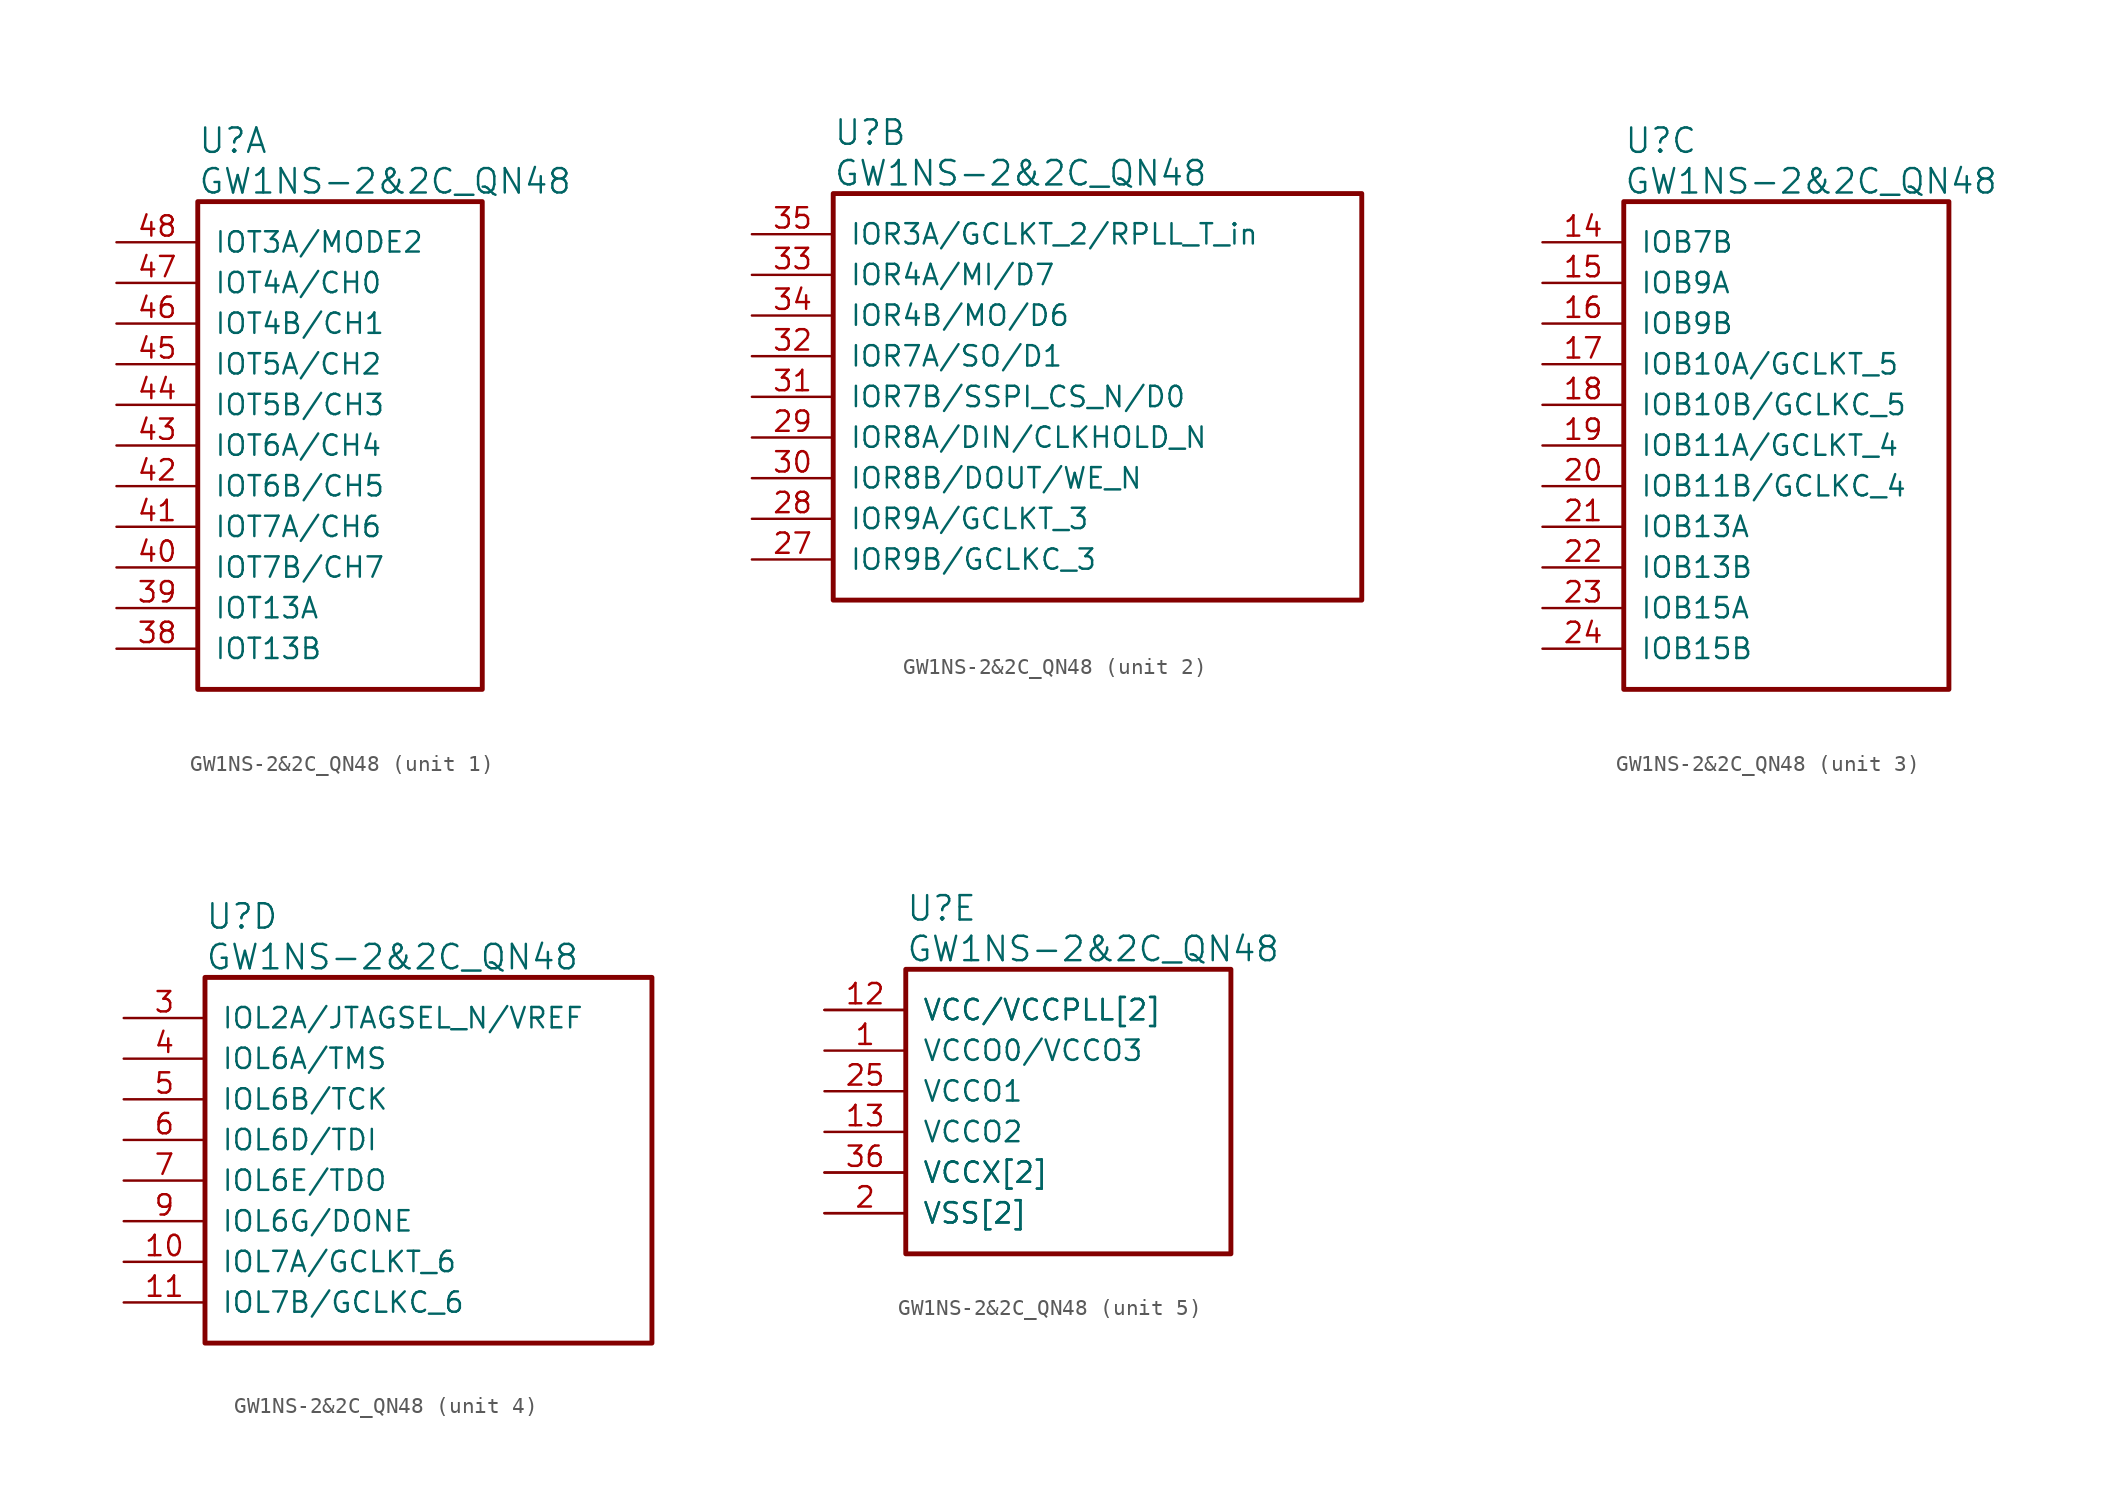
<source format=kicad_sym>
(kicad_symbol_lib
  (version 20211014)
  (generator kicad_symbol_editor)
  (symbol "GW1NS-2&2C_QN48"
    (pin_names
      (offset 1.016))
    (property "Reference" "U"
      (at 5.08 6.35 0)
      (effects (font (size 1.524 1.524)) (justify left)))
    (property "Value" "GW1NS-2&2C_QN48"
      (at 5.08 3.81 0)
      (effects (font (size 1.524 1.524)) (justify left)))
    (property "ki_locked" ""
      (at 0 0 0)
      (effects (font (size 1.27 1.27))))
    (symbol "GW1NS-2&2C_QN48_1_1"
      (rectangle (start 5.08 2.54) (end 22.86 -27.94) (stroke (width 0.305) (type default) (color 0 0 0 0)) (fill (type none)))
      (pin bidirectional line (at 0 -25.4 0) (length 5.08) (name "IOT13B" (effects (font (size 1.27 1.27)))) (number "38" (effects (font (size 1.27 1.27)))))
      (pin bidirectional line (at 0 -22.86 0) (length 5.08) (name "IOT13A" (effects (font (size 1.27 1.27)))) (number "39" (effects (font (size 1.27 1.27)))))
      (pin bidirectional line (at 0 -20.32 0) (length 5.08) (name "IOT7B/CH7" (effects (font (size 1.27 1.27)))) (number "40" (effects (font (size 1.27 1.27)))))
      (pin bidirectional line (at 0 -17.78 0) (length 5.08) (name "IOT7A/CH6" (effects (font (size 1.27 1.27)))) (number "41" (effects (font (size 1.27 1.27)))))
      (pin bidirectional line (at 0 -15.24 0) (length 5.08) (name "IOT6B/CH5" (effects (font (size 1.27 1.27)))) (number "42" (effects (font (size 1.27 1.27)))))
      (pin bidirectional line (at 0 -12.7 0) (length 5.08) (name "IOT6A/CH4" (effects (font (size 1.27 1.27)))) (number "43" (effects (font (size 1.27 1.27)))))
      (pin bidirectional line (at 0 -10.16 0) (length 5.08) (name "IOT5B/CH3" (effects (font (size 1.27 1.27)))) (number "44" (effects (font (size 1.27 1.27)))))
      (pin bidirectional line (at 0 -7.62 0) (length 5.08) (name "IOT5A/CH2" (effects (font (size 1.27 1.27)))) (number "45" (effects (font (size 1.27 1.27)))))
      (pin bidirectional line (at 0 -5.08 0) (length 5.08) (name "IOT4B/CH1" (effects (font (size 1.27 1.27)))) (number "46" (effects (font (size 1.27 1.27)))))
      (pin bidirectional line (at 0 -2.54 0) (length 5.08) (name "IOT4A/CH0" (effects (font (size 1.27 1.27)))) (number "47" (effects (font (size 1.27 1.27)))))
      (pin bidirectional line (at 0 0 0) (length 5.08) (name "IOT3A/MODE2" (effects (font (size 1.27 1.27)))) (number "48" (effects (font (size 1.27 1.27))))))
    (symbol "GW1NS-2&2C_QN48_2_1"
      (rectangle (start 5.08 2.54) (end 38.1 -22.86) (stroke (width 0.305) (type default) (color 0 0 0 0)) (fill (type none)))
      (pin bidirectional line (at 0 -20.32 0) (length 5.08) (name "IOR9B/GCLKC_3" (effects (font (size 1.27 1.27)))) (number "27" (effects (font (size 1.27 1.27)))))
      (pin bidirectional line (at 0 -17.78 0) (length 5.08) (name "IOR9A/GCLKT_3" (effects (font (size 1.27 1.27)))) (number "28" (effects (font (size 1.27 1.27)))))
      (pin bidirectional line (at 0 -12.7 0) (length 5.08) (name "IOR8A/DIN/CLKHOLD_N" (effects (font (size 1.27 1.27)))) (number "29" (effects (font (size 1.27 1.27)))))
      (pin bidirectional line (at 0 -15.24 0) (length 5.08) (name "IOR8B/DOUT/WE_N" (effects (font (size 1.27 1.27)))) (number "30" (effects (font (size 1.27 1.27)))))
      (pin bidirectional line (at 0 -10.16 0) (length 5.08) (name "IOR7B/SSPI_CS_N/D0" (effects (font (size 1.27 1.27)))) (number "31" (effects (font (size 1.27 1.27)))))
      (pin bidirectional line (at 0 -7.62 0) (length 5.08) (name "IOR7A/SO/D1" (effects (font (size 1.27 1.27)))) (number "32" (effects (font (size 1.27 1.27)))))
      (pin bidirectional line (at 0 -2.54 0) (length 5.08) (name "IOR4A/MI/D7" (effects (font (size 1.27 1.27)))) (number "33" (effects (font (size 1.27 1.27)))))
      (pin bidirectional line (at 0 -5.08 0) (length 5.08) (name "IOR4B/MO/D6" (effects (font (size 1.27 1.27)))) (number "34" (effects (font (size 1.27 1.27)))))
      (pin bidirectional line (at 0 0 0) (length 5.08) (name "IOR3A/GCLKT_2/RPLL_T_in" (effects (font (size 1.27 1.27)))) (number "35" (effects (font (size 1.27 1.27))))))
    (symbol "GW1NS-2&2C_QN48_3_1"
      (rectangle (start 5.08 2.54) (end 25.4 -27.94) (stroke (width 0.305) (type default) (color 0 0 0 0)) (fill (type none)))
      (pin bidirectional line (at 0 0 0) (length 5.08) (name "IOB7B" (effects (font (size 1.27 1.27)))) (number "14" (effects (font (size 1.27 1.27)))))
      (pin bidirectional line (at 0 -2.54 0) (length 5.08) (name "IOB9A" (effects (font (size 1.27 1.27)))) (number "15" (effects (font (size 1.27 1.27)))))
      (pin bidirectional line (at 0 -5.08 0) (length 5.08) (name "IOB9B" (effects (font (size 1.27 1.27)))) (number "16" (effects (font (size 1.27 1.27)))))
      (pin bidirectional line (at 0 -7.62 0) (length 5.08) (name "IOB10A/GCLKT_5" (effects (font (size 1.27 1.27)))) (number "17" (effects (font (size 1.27 1.27)))))
      (pin bidirectional line (at 0 -10.16 0) (length 5.08) (name "IOB10B/GCLKC_5" (effects (font (size 1.27 1.27)))) (number "18" (effects (font (size 1.27 1.27)))))
      (pin bidirectional line (at 0 -12.7 0) (length 5.08) (name "IOB11A/GCLKT_4" (effects (font (size 1.27 1.27)))) (number "19" (effects (font (size 1.27 1.27)))))
      (pin bidirectional line (at 0 -15.24 0) (length 5.08) (name "IOB11B/GCLKC_4" (effects (font (size 1.27 1.27)))) (number "20" (effects (font (size 1.27 1.27)))))
      (pin bidirectional line (at 0 -17.78 0) (length 5.08) (name "IOB13A" (effects (font (size 1.27 1.27)))) (number "21" (effects (font (size 1.27 1.27)))))
      (pin bidirectional line (at 0 -20.32 0) (length 5.08) (name "IOB13B" (effects (font (size 1.27 1.27)))) (number "22" (effects (font (size 1.27 1.27)))))
      (pin bidirectional line (at 0 -22.86 0) (length 5.08) (name "IOB15A" (effects (font (size 1.27 1.27)))) (number "23" (effects (font (size 1.27 1.27)))))
      (pin bidirectional line (at 0 -25.4 0) (length 5.08) (name "IOB15B" (effects (font (size 1.27 1.27)))) (number "24" (effects (font (size 1.27 1.27))))))
    (symbol "GW1NS-2&2C_QN48_4_1"
      (rectangle (start 5.08 2.54) (end 33.02 -20.32) (stroke (width 0.305) (type default) (color 0 0 0 0)) (fill (type none)))
      (pin bidirectional line (at 0 -15.24 0) (length 5.08) (name "IOL7A/GCLKT_6" (effects (font (size 1.27 1.27)))) (number "10" (effects (font (size 1.27 1.27)))))
      (pin bidirectional line (at 0 -17.78 0) (length 5.08) (name "IOL7B/GCLKC_6" (effects (font (size 1.27 1.27)))) (number "11" (effects (font (size 1.27 1.27)))))
      (pin bidirectional line (at 0 0 0) (length 5.08) (name "IOL2A/JTAGSEL_N/VREF" (effects (font (size 1.27 1.27)))) (number "3" (effects (font (size 1.27 1.27)))))
      (pin bidirectional line (at 0 -2.54 0) (length 5.08) (name "IOL6A/TMS" (effects (font (size 1.27 1.27)))) (number "4" (effects (font (size 1.27 1.27)))))
      (pin bidirectional line (at 0 -5.08 0) (length 5.08) (name "IOL6B/TCK" (effects (font (size 1.27 1.27)))) (number "5" (effects (font (size 1.27 1.27)))))
      (pin bidirectional line (at 0 -7.62 0) (length 5.08) (name "IOL6D/TDI" (effects (font (size 1.27 1.27)))) (number "6" (effects (font (size 1.27 1.27)))))
      (pin bidirectional line (at 0 -10.16 0) (length 5.08) (name "IOL6E/TDO" (effects (font (size 1.27 1.27)))) (number "7" (effects (font (size 1.27 1.27)))))
      (pin bidirectional line (at 0 -12.7 0) (length 5.08) (name "IOL6G/DONE" (effects (font (size 1.27 1.27)))) (number "9" (effects (font (size 1.27 1.27))))))
    (symbol "GW1NS-2&2C_QN48_5_1"
      (rectangle (start 5.08 2.54) (end 25.4 -15.24) (stroke (width 0.305) (type default) (color 0 0 0 0)) (fill (type none)))
      (pin power_in line (at 0 -2.54 0) (length 5.08) (name "VCCO0/VCCO3" (effects (font (size 1.27 1.27)))) (number "1" (effects (font (size 1.27 1.27)))))
      (pin power_in line (at 0 0 0) (length 5.08) (name "VCC/VCCPLL[2]" (effects (font (size 1.27 1.27)))) (number "12" (effects (font (size 1.27 1.27)))))
      (pin power_in line (at 0 -7.62 0) (length 5.08) (name "VCCO2" (effects (font (size 1.27 1.27)))) (number "13" (effects (font (size 1.27 1.27)))))
      (pin power_in line (at 0 -12.7 0) (length 5.08) (name "VSS[2]" (effects (font (size 1.27 1.27)))) (number "2" (effects (font (size 1.27 1.27)))))
      (pin power_in line (at 0 -5.08 0) (length 5.08) (name "VCCO1" (effects (font (size 1.27 1.27)))) (number "25" (effects (font (size 1.27 1.27)))))
      (pin power_in line (at 0 -12.7 0) (length 5.08) (name "VSS[2]" (effects (font (size 1.27 1.27)))) (number "26" (effects (font (size 0 0)))))
      (pin power_in line (at 0 -10.16 0) (length 5.08) (name "VCCX[2]" (effects (font (size 1.27 1.27)))) (number "36" (effects (font (size 1.27 1.27)))))
      (pin power_in line (at 0 0 0) (length 5.08) (name "VCC/VCCPLL[2]" (effects (font (size 1.27 1.27)))) (number "37" (effects (font (size 0 0)))))
      (pin power_in line (at 0 -10.16 0) (length 5.08) (name "VCCX[2]" (effects (font (size 1.27 1.27)))) (number "8" (effects (font (size 0 0))))))))
</source>
